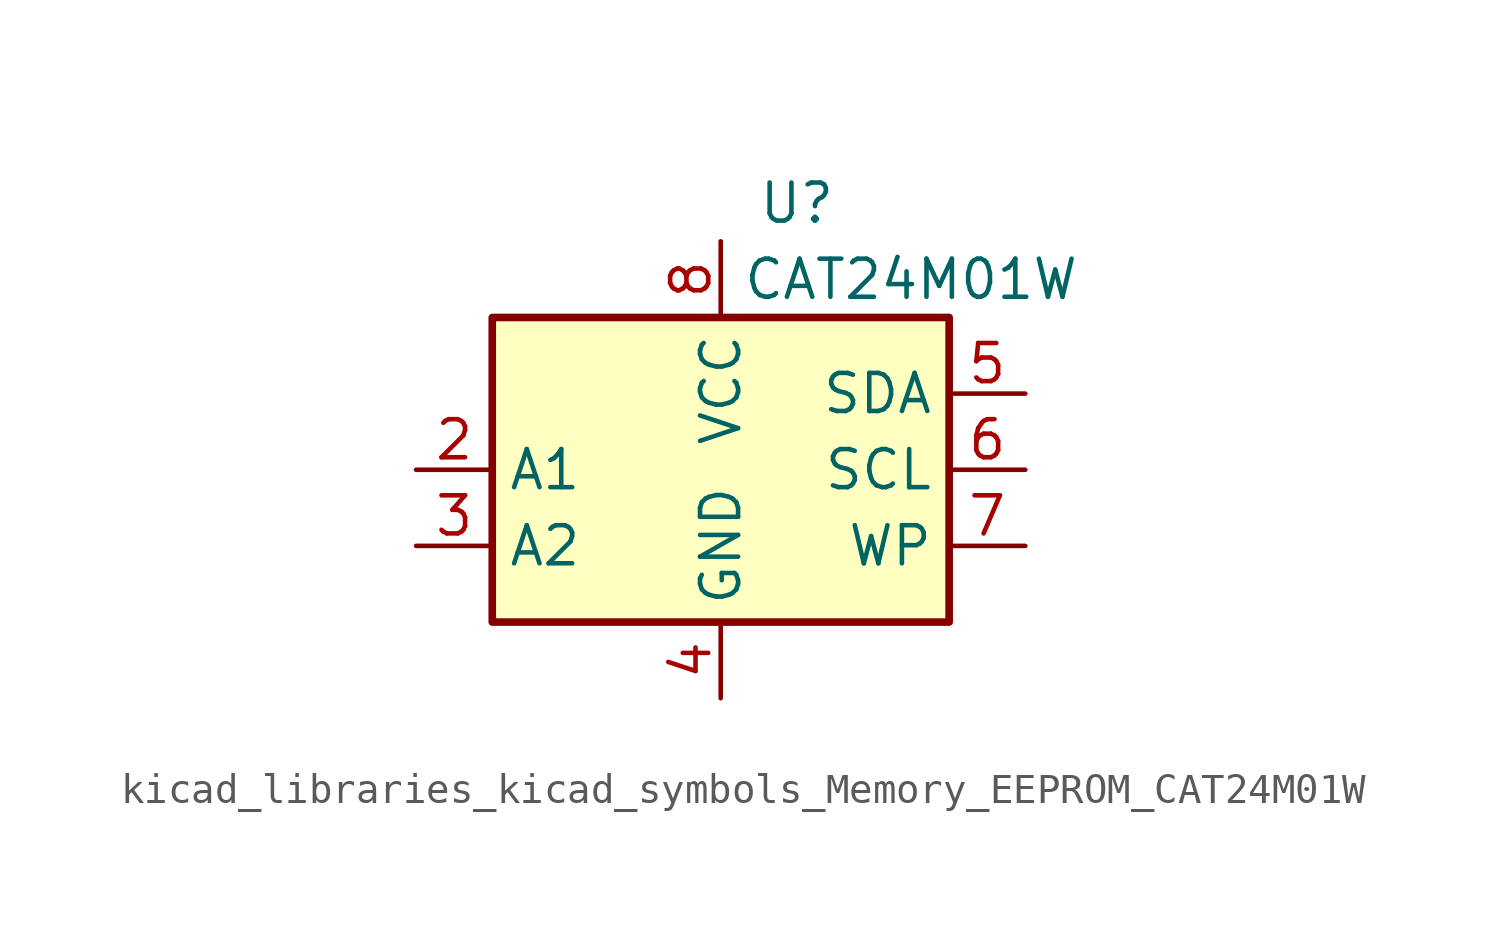
<source format=kicad_sym>
(kicad_symbol_lib
  (version 20220914)
  (generator kicad_symbol_editor)
  (symbol "kicad_libraries_kicad_symbols_Memory_EEPROM_CAT24M01W"
    (property "Reference" "U"
      (at 2.54 8.89 0)
      (effects (font (size 1.27 1.27))))
    (property "Value" "CAT24M01W"
      (at 6.35 6.35 0)
      (effects (font (size 1.27 1.27))))
    (symbol "kicad_libraries_kicad_symbols_Memory_EEPROM_CAT24M01W_1_1"
      (rectangle (start -7.62 5.08) (end 7.62 -5.08) (stroke (width 0.254) (type default)) (fill (type background)))
      (pin no_connect line (at -7.62 2.54 0) (length 2.54) hide (name "NC" (effects (font (size 1.27 1.27)))) (number "1" (effects (font (size 1.27 1.27)))))
      (pin input line (at -10.16 0 0) (length 2.54) (name "A1" (effects (font (size 1.27 1.27)))) (number "2" (effects (font (size 1.27 1.27)))))
      (pin input line (at -10.16 -2.54 0) (length 2.54) (name "A2" (effects (font (size 1.27 1.27)))) (number "3" (effects (font (size 1.27 1.27)))))
      (pin power_in line (at 0 -7.62 90) (length 2.54) (name "GND" (effects (font (size 1.27 1.27)))) (number "4" (effects (font (size 1.27 1.27)))))
      (pin bidirectional line (at 10.16 2.54 180) (length 2.54) (name "SDA" (effects (font (size 1.27 1.27)))) (number "5" (effects (font (size 1.27 1.27)))))
      (pin input line (at 10.16 0 180) (length 2.54) (name "SCL" (effects (font (size 1.27 1.27)))) (number "6" (effects (font (size 1.27 1.27)))))
      (pin input line (at 10.16 -2.54 180) (length 2.54) (name "WP" (effects (font (size 1.27 1.27)))) (number "7" (effects (font (size 1.27 1.27)))))
      (pin power_in line (at 0 7.62 270) (length 2.54) (name "VCC" (effects (font (size 1.27 1.27)))) (number "8" (effects (font (size 1.27 1.27))))))))
</source>
